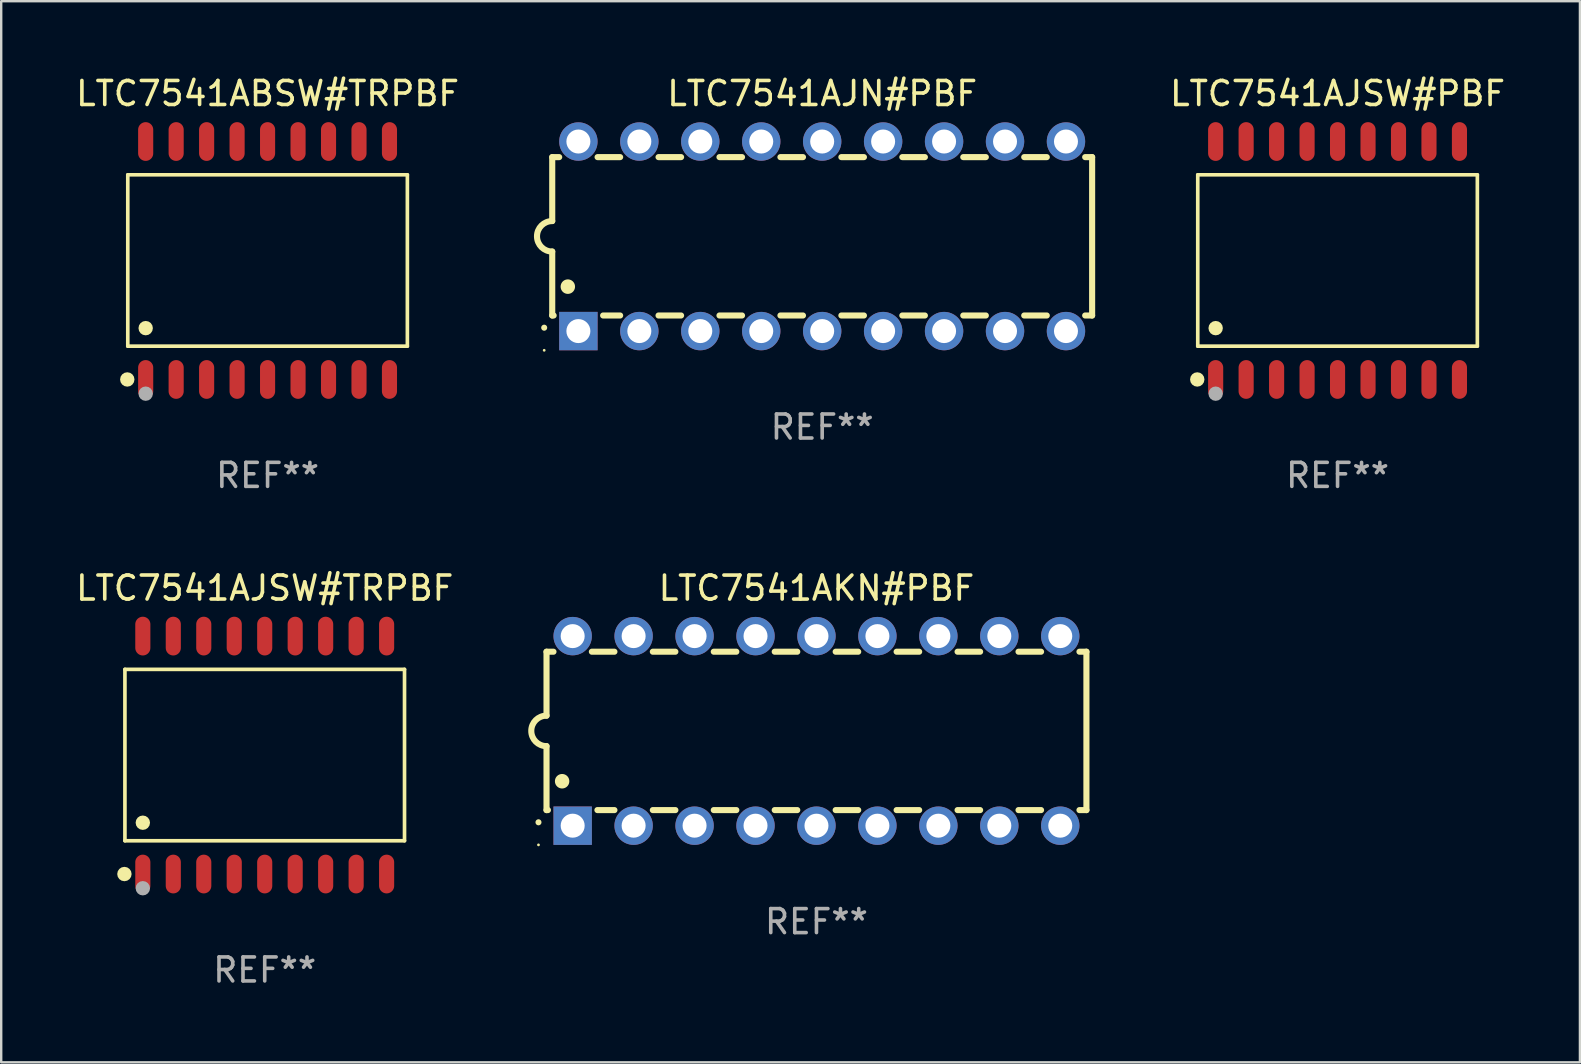
<source format=kicad_pcb>
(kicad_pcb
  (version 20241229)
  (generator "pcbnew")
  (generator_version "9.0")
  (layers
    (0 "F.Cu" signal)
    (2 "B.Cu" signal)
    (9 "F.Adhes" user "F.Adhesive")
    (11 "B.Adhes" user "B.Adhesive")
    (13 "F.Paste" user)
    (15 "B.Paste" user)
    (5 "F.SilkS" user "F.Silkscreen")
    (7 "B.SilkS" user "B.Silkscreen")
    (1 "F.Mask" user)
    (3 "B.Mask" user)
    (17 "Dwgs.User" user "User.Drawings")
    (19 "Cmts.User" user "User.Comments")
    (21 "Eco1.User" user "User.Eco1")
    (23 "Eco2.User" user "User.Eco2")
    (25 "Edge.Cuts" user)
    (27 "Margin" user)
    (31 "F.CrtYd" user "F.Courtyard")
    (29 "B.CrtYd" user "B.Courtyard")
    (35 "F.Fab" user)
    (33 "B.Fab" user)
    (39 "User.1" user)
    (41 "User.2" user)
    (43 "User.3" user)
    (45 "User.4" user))
  (footprint "LTC7541ABSW#TRPBF"
    (layer "F.Cu")
    (at 8.101 7.806)
    (property "Reference" "LTC7541ABSW#TRPBF" (at 0 -6.958 0) (layer "F.SilkS") (effects (font (size 1 1) (thickness 0.15))))
    (attr through_hole)
    (fp_line (start -5.826 -3.571) (end 5.826 -3.571) (stroke (width 0.152) (type solid)) (layer "F.SilkS"))
    (fp_line (start -5.826 3.571) (end -5.826 -3.571) (stroke (width 0.152) (type solid)) (layer "F.SilkS"))
    (fp_line (start 5.826 -3.571) (end 5.826 3.571) (stroke (width 0.152) (type solid)) (layer "F.SilkS"))
    (fp_line (start 5.826 3.571) (end -5.826 3.571) (stroke (width 0.152) (type solid)) (layer "F.SilkS"))
    (fp_circle (center -5.847 4.958) (end -5.697 4.958) (stroke (width 0.3) (type solid)) (fill no) (layer "F.SilkS"))
    (fp_circle (center -5.75 5.15) (end -5.72 5.15) (stroke (width 0.06) (type solid)) (fill no) (layer "F.SilkS"))
    (fp_circle (center -5.08 2.819) (end -4.93 2.819) (stroke (width 0.3) (type solid)) (fill no) (layer "F.SilkS"))
    (fp_circle (center -5.08 5.55) (end -4.93 5.55) (stroke (width 0.3) (type solid)) (fill no) (layer "F.Fab"))
    (fp_text user "REF**" (at 0 8.958 0) (layer "F.Fab") (effects (font (size 1 1) (thickness 0.15))))
    (pad "1" smd oval (at -5.08 4.958) (size 0.63 1.615) (layers "F.Cu" "F.Mask" "F.Paste"))
    (pad "2" smd oval (at -3.81 4.958) (size 0.63 1.615) (layers "F.Cu" "F.Mask" "F.Paste"))
    (pad "3" smd oval (at -2.54 4.958) (size 0.63 1.615) (layers "F.Cu" "F.Mask" "F.Paste"))
    (pad "4" smd oval (at -1.27 4.958) (size 0.63 1.615) (layers "F.Cu" "F.Mask" "F.Paste"))
    (pad "5" smd oval (at 0 4.958) (size 0.63 1.615) (layers "F.Cu" "F.Mask" "F.Paste"))
    (pad "6" smd oval (at 1.27 4.958) (size 0.63 1.615) (layers "F.Cu" "F.Mask" "F.Paste"))
    (pad "7" smd oval (at 2.54 4.958) (size 0.63 1.615) (layers "F.Cu" "F.Mask" "F.Paste"))
    (pad "8" smd oval (at 3.81 4.958) (size 0.63 1.615) (layers "F.Cu" "F.Mask" "F.Paste"))
    (pad "9" smd oval (at 5.08 4.958) (size 0.63 1.615) (layers "F.Cu" "F.Mask" "F.Paste"))
    (pad "10" smd oval (at 5.08 -4.958) (size 0.63 1.615) (layers "F.Cu" "F.Mask" "F.Paste"))
    (pad "11" smd oval (at 3.81 -4.958) (size 0.63 1.615) (layers "F.Cu" "F.Mask" "F.Paste"))
    (pad "12" smd oval (at 2.54 -4.958) (size 0.63 1.615) (layers "F.Cu" "F.Mask" "F.Paste"))
    (pad "13" smd oval (at 1.27 -4.958) (size 0.63 1.615) (layers "F.Cu" "F.Mask" "F.Paste"))
    (pad "14" smd oval (at 0 -4.958) (size 0.63 1.615) (layers "F.Cu" "F.Mask" "F.Paste"))
    (pad "15" smd oval (at -1.27 -4.958) (size 0.63 1.615) (layers "F.Cu" "F.Mask" "F.Paste"))
    (pad "16" smd oval (at -2.54 -4.958) (size 0.63 1.615) (layers "F.Cu" "F.Mask" "F.Paste"))
    (pad "17" smd oval (at -3.81 -4.958) (size 0.63 1.615) (layers "F.Cu" "F.Mask" "F.Paste"))
    (pad "18" smd oval (at -5.08 -4.958) (size 0.63 1.615) (layers "F.Cu" "F.Mask" "F.Paste")))
  (footprint "LTC7541AKN#PBF"
    (layer "F.Cu")
    (at 30.976 27.41)
    (property "Reference" "LTC7541AKN#PBF" (at 0 -5.95 0) (layer "F.SilkS") (effects (font (size 1 1) (thickness 0.15))))
    (attr through_hole)
    (fp_line (start -11.25 -3.3) (end -11.25 -0.635) (stroke (width 0.254) (type solid)) (layer "F.SilkS"))
    (fp_line (start -11.25 -3.3) (end -10.96 -3.3) (stroke (width 0.254) (type solid)) (layer "F.SilkS"))
    (fp_line (start -11.25 3.3) (end -11.25 0.635) (stroke (width 0.254) (type solid)) (layer "F.SilkS"))
    (fp_line (start -11.25 3.3) (end -11.191 3.3) (stroke (width 0.254) (type solid)) (layer "F.SilkS"))
    (fp_line (start -9.36 -3.3) (end -8.42 -3.3) (stroke (width 0.254) (type solid)) (layer "F.SilkS"))
    (fp_line (start -9.129 3.3) (end -8.42 3.3) (stroke (width 0.254) (type solid)) (layer "F.SilkS"))
    (fp_line (start -6.82 -3.3) (end -5.88 -3.3) (stroke (width 0.254) (type solid)) (layer "F.SilkS"))
    (fp_line (start -6.82 3.3) (end -5.88 3.3) (stroke (width 0.254) (type solid)) (layer "F.SilkS"))
    (fp_line (start -4.28 -3.3) (end -3.34 -3.3) (stroke (width 0.254) (type solid)) (layer "F.SilkS"))
    (fp_line (start -4.28 3.3) (end -3.34 3.3) (stroke (width 0.254) (type solid)) (layer "F.SilkS"))
    (fp_line (start -1.74 -3.3) (end -0.8 -3.3) (stroke (width 0.254) (type solid)) (layer "F.SilkS"))
    (fp_line (start -1.74 3.3) (end -0.8 3.3) (stroke (width 0.254) (type solid)) (layer "F.SilkS"))
    (fp_line (start 0.8 -3.3) (end 1.74 -3.3) (stroke (width 0.254) (type solid)) (layer "F.SilkS"))
    (fp_line (start 0.8 3.3) (end 1.74 3.3) (stroke (width 0.254) (type solid)) (layer "F.SilkS"))
    (fp_line (start 3.34 -3.3) (end 4.28 -3.3) (stroke (width 0.254) (type solid)) (layer "F.SilkS"))
    (fp_line (start 3.34 3.3) (end 4.28 3.3) (stroke (width 0.254) (type solid)) (layer "F.SilkS"))
    (fp_line (start 5.88 -3.3) (end 6.82 -3.3) (stroke (width 0.254) (type solid)) (layer "F.SilkS"))
    (fp_line (start 5.88 3.3) (end 6.82 3.3) (stroke (width 0.254) (type solid)) (layer "F.SilkS"))
    (fp_line (start 8.42 -3.3) (end 9.36 -3.3) (stroke (width 0.254) (type solid)) (layer "F.SilkS"))
    (fp_line (start 8.42 3.3) (end 9.36 3.3) (stroke (width 0.254) (type solid)) (layer "F.SilkS"))
    (fp_line (start 10.96 -3.3) (end 11.25 -3.3) (stroke (width 0.254) (type solid)) (layer "F.SilkS"))
    (fp_line (start 10.96 3.3) (end 11.25 3.3) (stroke (width 0.254) (type solid)) (layer "F.SilkS"))
    (fp_line (start 11.25 -3.3) (end 11.25 3.3) (stroke (width 0.254) (type solid)) (layer "F.SilkS"))
    (fp_arc (start -11.584963 3.810008) (mid -11.58497 3.808738) (end -11.584963 3.807468) (stroke (width 0.25) (type solid)) (layer "F.SilkS"))
    (fp_arc (start -11.250013 0.635001) (mid -11.884684 -0.000165) (end -11.249683 -0.635001) (stroke (width 0.254001) (type solid)) (layer "F.SilkS"))
    (fp_arc (start -10.600025 2.1) (mid -10.600036 2.09746) (end -10.600025 2.09492) (stroke (width 0.6) (type solid)) (layer "F.SilkS"))
    (fp_circle (center -11.585 4.75) (end -11.555 4.75) (stroke (width 0.06) (type solid)) (fill no) (layer "F.SilkS"))
    (fp_text user "REF**" (at 0 7.95 0) (layer "F.Fab") (effects (font (size 1 1) (thickness 0.15))))
    (pad "1" thru_hole rect (at -10.16 3.95 90) (size 1.6 1.6) (drill 1) (layers "*.Cu" "*.Mask"))
    (pad "2" thru_hole circle (at -7.62 3.95 90) (size 1.6 1.6) (drill 1) (layers "*.Cu" "*.Mask"))
    (pad "3" thru_hole circle (at -5.08 3.95 90) (size 1.6 1.6) (drill 1) (layers "*.Cu" "*.Mask"))
    (pad "4" thru_hole circle (at -2.54 3.95 90) (size 1.6 1.6) (drill 1) (layers "*.Cu" "*.Mask"))
    (pad "5" thru_hole circle (at 0 3.95 90) (size 1.6 1.6) (drill 1) (layers "*.Cu" "*.Mask"))
    (pad "6" thru_hole circle (at 2.54 3.95 90) (size 1.6 1.6) (drill 1) (layers "*.Cu" "*.Mask"))
    (pad "7" thru_hole circle (at 5.08 3.95 90) (size 1.6 1.6) (drill 1) (layers "*.Cu" "*.Mask"))
    (pad "8" thru_hole circle (at 7.62 3.95 90) (size 1.6 1.6) (drill 1) (layers "*.Cu" "*.Mask"))
    (pad "9" thru_hole circle (at 10.16 3.95 90) (size 1.6 1.6) (drill 1) (layers "*.Cu" "*.Mask"))
    (pad "10" thru_hole circle (at 10.16 -3.95 90) (size 1.6 1.6) (drill 1) (layers "*.Cu" "*.Mask"))
    (pad "11" thru_hole circle (at 7.62 -3.95 90) (size 1.6 1.6) (drill 1) (layers "*.Cu" "*.Mask"))
    (pad "12" thru_hole circle (at 5.08 -3.95 90) (size 1.6 1.6) (drill 1) (layers "*.Cu" "*.Mask"))
    (pad "13" thru_hole circle (at 2.54 -3.95 90) (size 1.6 1.6) (drill 1) (layers "*.Cu" "*.Mask"))
    (pad "14" thru_hole circle (at 0 -3.95 90) (size 1.6 1.6) (drill 1) (layers "*.Cu" "*.Mask"))
    (pad "15" thru_hole circle (at -2.54 -3.95 90) (size 1.6 1.6) (drill 1) (layers "*.Cu" "*.Mask"))
    (pad "16" thru_hole circle (at -5.08 -3.95 90) (size 1.6 1.6) (drill 1) (layers "*.Cu" "*.Mask"))
    (pad "17" thru_hole circle (at -7.62 -3.95 90) (size 1.6 1.6) (drill 1) (layers "*.Cu" "*.Mask"))
    (pad "18" thru_hole circle (at -10.16 -3.95 90) (size 1.6 1.6) (drill 1) (layers "*.Cu" "*.Mask")))
  (footprint "LTC7541AJSW#TRPBF"
    (layer "F.Cu")
    (at 7.982 28.417)
    (property "Reference" "LTC7541AJSW#TRPBF" (at 0 -6.958 0) (layer "F.SilkS") (effects (font (size 1 1) (thickness 0.15))))
    (attr through_hole)
    (fp_line (start -5.826 -3.571) (end 5.826 -3.571) (stroke (width 0.152) (type solid)) (layer "F.SilkS"))
    (fp_line (start -5.826 3.571) (end -5.826 -3.571) (stroke (width 0.152) (type solid)) (layer "F.SilkS"))
    (fp_line (start 5.826 -3.571) (end 5.826 3.571) (stroke (width 0.152) (type solid)) (layer "F.SilkS"))
    (fp_line (start 5.826 3.571) (end -5.826 3.571) (stroke (width 0.152) (type solid)) (layer "F.SilkS"))
    (fp_circle (center -5.847 4.958) (end -5.697 4.958) (stroke (width 0.3) (type solid)) (fill no) (layer "F.SilkS"))
    (fp_circle (center -5.75 5.15) (end -5.72 5.15) (stroke (width 0.06) (type solid)) (fill no) (layer "F.SilkS"))
    (fp_circle (center -5.08 2.819) (end -4.93 2.819) (stroke (width 0.3) (type solid)) (fill no) (layer "F.SilkS"))
    (fp_circle (center -5.08 5.55) (end -4.93 5.55) (stroke (width 0.3) (type solid)) (fill no) (layer "F.Fab"))
    (fp_text user "REF**" (at 0 8.958 0) (layer "F.Fab") (effects (font (size 1 1) (thickness 0.15))))
    (pad "1" smd oval (at -5.08 4.958) (size 0.63 1.615) (layers "F.Cu" "F.Mask" "F.Paste"))
    (pad "2" smd oval (at -3.81 4.958) (size 0.63 1.615) (layers "F.Cu" "F.Mask" "F.Paste"))
    (pad "3" smd oval (at -2.54 4.958) (size 0.63 1.615) (layers "F.Cu" "F.Mask" "F.Paste"))
    (pad "4" smd oval (at -1.27 4.958) (size 0.63 1.615) (layers "F.Cu" "F.Mask" "F.Paste"))
    (pad "5" smd oval (at 0 4.958) (size 0.63 1.615) (layers "F.Cu" "F.Mask" "F.Paste"))
    (pad "6" smd oval (at 1.27 4.958) (size 0.63 1.615) (layers "F.Cu" "F.Mask" "F.Paste"))
    (pad "7" smd oval (at 2.54 4.958) (size 0.63 1.615) (layers "F.Cu" "F.Mask" "F.Paste"))
    (pad "8" smd oval (at 3.81 4.958) (size 0.63 1.615) (layers "F.Cu" "F.Mask" "F.Paste"))
    (pad "9" smd oval (at 5.08 4.958) (size 0.63 1.615) (layers "F.Cu" "F.Mask" "F.Paste"))
    (pad "10" smd oval (at 5.08 -4.958) (size 0.63 1.615) (layers "F.Cu" "F.Mask" "F.Paste"))
    (pad "11" smd oval (at 3.81 -4.958) (size 0.63 1.615) (layers "F.Cu" "F.Mask" "F.Paste"))
    (pad "12" smd oval (at 2.54 -4.958) (size 0.63 1.615) (layers "F.Cu" "F.Mask" "F.Paste"))
    (pad "13" smd oval (at 1.27 -4.958) (size 0.63 1.615) (layers "F.Cu" "F.Mask" "F.Paste"))
    (pad "14" smd oval (at 0 -4.958) (size 0.63 1.615) (layers "F.Cu" "F.Mask" "F.Paste"))
    (pad "15" smd oval (at -1.27 -4.958) (size 0.63 1.615) (layers "F.Cu" "F.Mask" "F.Paste"))
    (pad "16" smd oval (at -2.54 -4.958) (size 0.63 1.615) (layers "F.Cu" "F.Mask" "F.Paste"))
    (pad "17" smd oval (at -3.81 -4.958) (size 0.63 1.615) (layers "F.Cu" "F.Mask" "F.Paste"))
    (pad "18" smd oval (at -5.08 -4.958) (size 0.63 1.615) (layers "F.Cu" "F.Mask" "F.Paste")))
  (footprint "LTC7541AJSW#PBF"
    (layer "F.Cu")
    (at 52.692 7.806)
    (property "Reference" "LTC7541AJSW#PBF" (at 0 -6.958 0) (layer "F.SilkS") (effects (font (size 1 1) (thickness 0.15))))
    (attr through_hole)
    (fp_line (start -5.826 -3.571) (end 5.826 -3.571) (stroke (width 0.152) (type solid)) (layer "F.SilkS"))
    (fp_line (start -5.826 3.571) (end -5.826 -3.571) (stroke (width 0.152) (type solid)) (layer "F.SilkS"))
    (fp_line (start 5.826 -3.571) (end 5.826 3.571) (stroke (width 0.152) (type solid)) (layer "F.SilkS"))
    (fp_line (start 5.826 3.571) (end -5.826 3.571) (stroke (width 0.152) (type solid)) (layer "F.SilkS"))
    (fp_circle (center -5.847 4.958) (end -5.697 4.958) (stroke (width 0.3) (type solid)) (fill no) (layer "F.SilkS"))
    (fp_circle (center -5.75 5.15) (end -5.72 5.15) (stroke (width 0.06) (type solid)) (fill no) (layer "F.SilkS"))
    (fp_circle (center -5.08 2.819) (end -4.93 2.819) (stroke (width 0.3) (type solid)) (fill no) (layer "F.SilkS"))
    (fp_circle (center -5.08 5.55) (end -4.93 5.55) (stroke (width 0.3) (type solid)) (fill no) (layer "F.Fab"))
    (fp_text user "REF**" (at 0 8.958 0) (layer "F.Fab") (effects (font (size 1 1) (thickness 0.15))))
    (pad "1" smd oval (at -5.08 4.958) (size 0.63 1.615) (layers "F.Cu" "F.Mask" "F.Paste"))
    (pad "2" smd oval (at -3.81 4.958) (size 0.63 1.615) (layers "F.Cu" "F.Mask" "F.Paste"))
    (pad "3" smd oval (at -2.54 4.958) (size 0.63 1.615) (layers "F.Cu" "F.Mask" "F.Paste"))
    (pad "4" smd oval (at -1.27 4.958) (size 0.63 1.615) (layers "F.Cu" "F.Mask" "F.Paste"))
    (pad "5" smd oval (at 0 4.958) (size 0.63 1.615) (layers "F.Cu" "F.Mask" "F.Paste"))
    (pad "6" smd oval (at 1.27 4.958) (size 0.63 1.615) (layers "F.Cu" "F.Mask" "F.Paste"))
    (pad "7" smd oval (at 2.54 4.958) (size 0.63 1.615) (layers "F.Cu" "F.Mask" "F.Paste"))
    (pad "8" smd oval (at 3.81 4.958) (size 0.63 1.615) (layers "F.Cu" "F.Mask" "F.Paste"))
    (pad "9" smd oval (at 5.08 4.958) (size 0.63 1.615) (layers "F.Cu" "F.Mask" "F.Paste"))
    (pad "10" smd oval (at 5.08 -4.958) (size 0.63 1.615) (layers "F.Cu" "F.Mask" "F.Paste"))
    (pad "11" smd oval (at 3.81 -4.958) (size 0.63 1.615) (layers "F.Cu" "F.Mask" "F.Paste"))
    (pad "12" smd oval (at 2.54 -4.958) (size 0.63 1.615) (layers "F.Cu" "F.Mask" "F.Paste"))
    (pad "13" smd oval (at 1.27 -4.958) (size 0.63 1.615) (layers "F.Cu" "F.Mask" "F.Paste"))
    (pad "14" smd oval (at 0 -4.958) (size 0.63 1.615) (layers "F.Cu" "F.Mask" "F.Paste"))
    (pad "15" smd oval (at -1.27 -4.958) (size 0.63 1.615) (layers "F.Cu" "F.Mask" "F.Paste"))
    (pad "16" smd oval (at -2.54 -4.958) (size 0.63 1.615) (layers "F.Cu" "F.Mask" "F.Paste"))
    (pad "17" smd oval (at -3.81 -4.958) (size 0.63 1.615) (layers "F.Cu" "F.Mask" "F.Paste"))
    (pad "18" smd oval (at -5.08 -4.958) (size 0.63 1.615) (layers "F.Cu" "F.Mask" "F.Paste")))
  (footprint "LTC7541AJN#PBF"
    (layer "F.Cu")
    (at 31.214 6.798)
    (property "Reference" "LTC7541AJN#PBF" (at 0 -5.95 0) (layer "F.SilkS") (effects (font (size 1 1) (thickness 0.15))))
    (attr through_hole)
    (fp_line (start -11.25 -3.3) (end -11.25 -0.635) (stroke (width 0.254) (type solid)) (layer "F.SilkS"))
    (fp_line (start -11.25 -3.3) (end -10.96 -3.3) (stroke (width 0.254) (type solid)) (layer "F.SilkS"))
    (fp_line (start -11.25 3.3) (end -11.25 0.635) (stroke (width 0.254) (type solid)) (layer "F.SilkS"))
    (fp_line (start -11.25 3.3) (end -11.191 3.3) (stroke (width 0.254) (type solid)) (layer "F.SilkS"))
    (fp_line (start -9.36 -3.3) (end -8.42 -3.3) (stroke (width 0.254) (type solid)) (layer "F.SilkS"))
    (fp_line (start -9.129 3.3) (end -8.42 3.3) (stroke (width 0.254) (type solid)) (layer "F.SilkS"))
    (fp_line (start -6.82 -3.3) (end -5.88 -3.3) (stroke (width 0.254) (type solid)) (layer "F.SilkS"))
    (fp_line (start -6.82 3.3) (end -5.88 3.3) (stroke (width 0.254) (type solid)) (layer "F.SilkS"))
    (fp_line (start -4.28 -3.3) (end -3.34 -3.3) (stroke (width 0.254) (type solid)) (layer "F.SilkS"))
    (fp_line (start -4.28 3.3) (end -3.34 3.3) (stroke (width 0.254) (type solid)) (layer "F.SilkS"))
    (fp_line (start -1.74 -3.3) (end -0.8 -3.3) (stroke (width 0.254) (type solid)) (layer "F.SilkS"))
    (fp_line (start -1.74 3.3) (end -0.8 3.3) (stroke (width 0.254) (type solid)) (layer "F.SilkS"))
    (fp_line (start 0.8 -3.3) (end 1.74 -3.3) (stroke (width 0.254) (type solid)) (layer "F.SilkS"))
    (fp_line (start 0.8 3.3) (end 1.74 3.3) (stroke (width 0.254) (type solid)) (layer "F.SilkS"))
    (fp_line (start 3.34 -3.3) (end 4.28 -3.3) (stroke (width 0.254) (type solid)) (layer "F.SilkS"))
    (fp_line (start 3.34 3.3) (end 4.28 3.3) (stroke (width 0.254) (type solid)) (layer "F.SilkS"))
    (fp_line (start 5.88 -3.3) (end 6.82 -3.3) (stroke (width 0.254) (type solid)) (layer "F.SilkS"))
    (fp_line (start 5.88 3.3) (end 6.82 3.3) (stroke (width 0.254) (type solid)) (layer "F.SilkS"))
    (fp_line (start 8.42 -3.3) (end 9.36 -3.3) (stroke (width 0.254) (type solid)) (layer "F.SilkS"))
    (fp_line (start 8.42 3.3) (end 9.36 3.3) (stroke (width 0.254) (type solid)) (layer "F.SilkS"))
    (fp_line (start 10.96 -3.3) (end 11.25 -3.3) (stroke (width 0.254) (type solid)) (layer "F.SilkS"))
    (fp_line (start 10.96 3.3) (end 11.25 3.3) (stroke (width 0.254) (type solid)) (layer "F.SilkS"))
    (fp_line (start 11.25 -3.3) (end 11.25 3.3) (stroke (width 0.254) (type solid)) (layer "F.SilkS"))
    (fp_arc (start -11.584963 3.810008) (mid -11.58497 3.808738) (end -11.584963 3.807468) (stroke (width 0.25) (type solid)) (layer "F.SilkS"))
    (fp_arc (start -11.250013 0.635001) (mid -11.884684 -0.000165) (end -11.249683 -0.635001) (stroke (width 0.254001) (type solid)) (layer "F.SilkS"))
    (fp_arc (start -10.600025 2.1) (mid -10.600036 2.09746) (end -10.600025 2.09492) (stroke (width 0.6) (type solid)) (layer "F.SilkS"))
    (fp_circle (center -11.585 4.75) (end -11.555 4.75) (stroke (width 0.06) (type solid)) (fill no) (layer "F.SilkS"))
    (fp_text user "REF**" (at 0 7.95 0) (layer "F.Fab") (effects (font (size 1 1) (thickness 0.15))))
    (pad "1" thru_hole rect (at -10.16 3.95 90) (size 1.6 1.6) (drill 1) (layers "*.Cu" "*.Mask"))
    (pad "2" thru_hole circle (at -7.62 3.95 90) (size 1.6 1.6) (drill 1) (layers "*.Cu" "*.Mask"))
    (pad "3" thru_hole circle (at -5.08 3.95 90) (size 1.6 1.6) (drill 1) (layers "*.Cu" "*.Mask"))
    (pad "4" thru_hole circle (at -2.54 3.95 90) (size 1.6 1.6) (drill 1) (layers "*.Cu" "*.Mask"))
    (pad "5" thru_hole circle (at 0 3.95 90) (size 1.6 1.6) (drill 1) (layers "*.Cu" "*.Mask"))
    (pad "6" thru_hole circle (at 2.54 3.95 90) (size 1.6 1.6) (drill 1) (layers "*.Cu" "*.Mask"))
    (pad "7" thru_hole circle (at 5.08 3.95 90) (size 1.6 1.6) (drill 1) (layers "*.Cu" "*.Mask"))
    (pad "8" thru_hole circle (at 7.62 3.95 90) (size 1.6 1.6) (drill 1) (layers "*.Cu" "*.Mask"))
    (pad "9" thru_hole circle (at 10.16 3.95 90) (size 1.6 1.6) (drill 1) (layers "*.Cu" "*.Mask"))
    (pad "10" thru_hole circle (at 10.16 -3.95 90) (size 1.6 1.6) (drill 1) (layers "*.Cu" "*.Mask"))
    (pad "11" thru_hole circle (at 7.62 -3.95 90) (size 1.6 1.6) (drill 1) (layers "*.Cu" "*.Mask"))
    (pad "12" thru_hole circle (at 5.08 -3.95 90) (size 1.6 1.6) (drill 1) (layers "*.Cu" "*.Mask"))
    (pad "13" thru_hole circle (at 2.54 -3.95 90) (size 1.6 1.6) (drill 1) (layers "*.Cu" "*.Mask"))
    (pad "14" thru_hole circle (at 0 -3.95 90) (size 1.6 1.6) (drill 1) (layers "*.Cu" "*.Mask"))
    (pad "15" thru_hole circle (at -2.54 -3.95 90) (size 1.6 1.6) (drill 1) (layers "*.Cu" "*.Mask"))
    (pad "16" thru_hole circle (at -5.08 -3.95 90) (size 1.6 1.6) (drill 1) (layers "*.Cu" "*.Mask"))
    (pad "17" thru_hole circle (at -7.62 -3.95 90) (size 1.6 1.6) (drill 1) (layers "*.Cu" "*.Mask"))
    (pad "18" thru_hole circle (at -10.16 -3.95 90) (size 1.6 1.6) (drill 1) (layers "*.Cu" "*.Mask")))
  (gr_rect
    (start -3 -3)
    (end 62.793 41.223)
    (stroke (width 0.1) (type default))
    (fill no)
    (layer "Edge.Cuts")))
</source>
